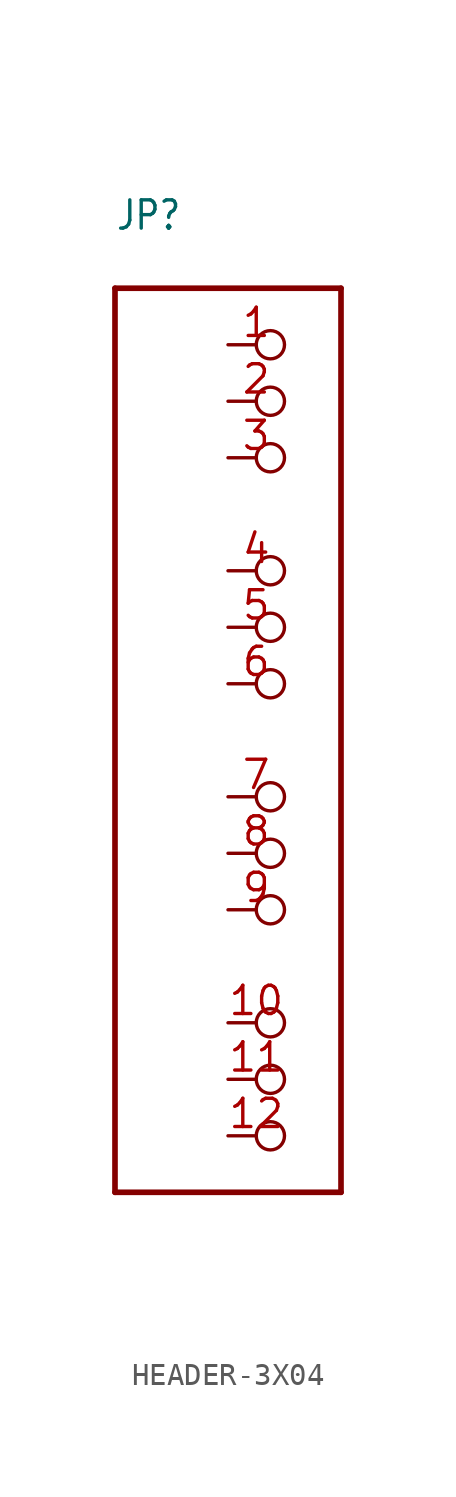
<source format=kicad_sym>
(kicad_symbol_lib
  (version 20220914)
  (generator kicad_symbol_editor)
  (symbol "HEADER-3X04"
    (property "Reference" "JP"
      (at -5.08 22.86 0)
      (effects (font (size 1.27 1.079)) (justify left bottom)))
    (property "Value" ""
      (at -5.08 -22.86 0)
      (effects (font (size 1.27 1.079)) (justify left bottom)))
    (property "ki_locked" ""
      (at 0 0 0)
      (effects (font (size 1.27 1.27))))
    (symbol "HEADER-3X04_1_0"
      (polyline (pts (xy -5.08 -20.32) (xy -5.08 20.32)) (stroke (width 0.254) (type solid)) (fill (type none)))
      (polyline (pts (xy -5.08 20.32) (xy 5.08 20.32)) (stroke (width 0.254) (type solid)) (fill (type none)))
      (polyline (pts (xy 5.08 -20.32) (xy -5.08 -20.32)) (stroke (width 0.254) (type solid)) (fill (type none)))
      (polyline (pts (xy 5.08 20.32) (xy 5.08 -20.32)) (stroke (width 0.254) (type solid)) (fill (type none)))
      (pin passive inverted (at 0 17.78 0) (length 2.54) (name "1" (effects (font (size 0 0)))) (number "1" (effects (font (size 1.27 1.27)))))
      (pin passive inverted (at 0 -12.7 0) (length 2.54) (name "10" (effects (font (size 0 0)))) (number "10" (effects (font (size 1.27 1.27)))))
      (pin passive inverted (at 0 -15.24 0) (length 2.54) (name "11" (effects (font (size 0 0)))) (number "11" (effects (font (size 1.27 1.27)))))
      (pin passive inverted (at 0 -17.78 0) (length 2.54) (name "12" (effects (font (size 0 0)))) (number "12" (effects (font (size 1.27 1.27)))))
      (pin passive inverted (at 0 15.24 0) (length 2.54) (name "2" (effects (font (size 0 0)))) (number "2" (effects (font (size 1.27 1.27)))))
      (pin passive inverted (at 0 12.7 0) (length 2.54) (name "3" (effects (font (size 0 0)))) (number "3" (effects (font (size 1.27 1.27)))))
      (pin passive inverted (at 0 7.62 0) (length 2.54) (name "4" (effects (font (size 0 0)))) (number "4" (effects (font (size 1.27 1.27)))))
      (pin passive inverted (at 0 5.08 0) (length 2.54) (name "5" (effects (font (size 0 0)))) (number "5" (effects (font (size 1.27 1.27)))))
      (pin passive inverted (at 0 2.54 0) (length 2.54) (name "6" (effects (font (size 0 0)))) (number "6" (effects (font (size 1.27 1.27)))))
      (pin passive inverted (at 0 -2.54 0) (length 2.54) (name "7" (effects (font (size 0 0)))) (number "7" (effects (font (size 1.27 1.27)))))
      (pin passive inverted (at 0 -5.08 0) (length 2.54) (name "8" (effects (font (size 0 0)))) (number "8" (effects (font (size 1.27 1.27)))))
      (pin passive inverted (at 0 -7.62 0) (length 2.54) (name "9" (effects (font (size 0 0)))) (number "9" (effects (font (size 1.27 1.27))))))))
</source>
